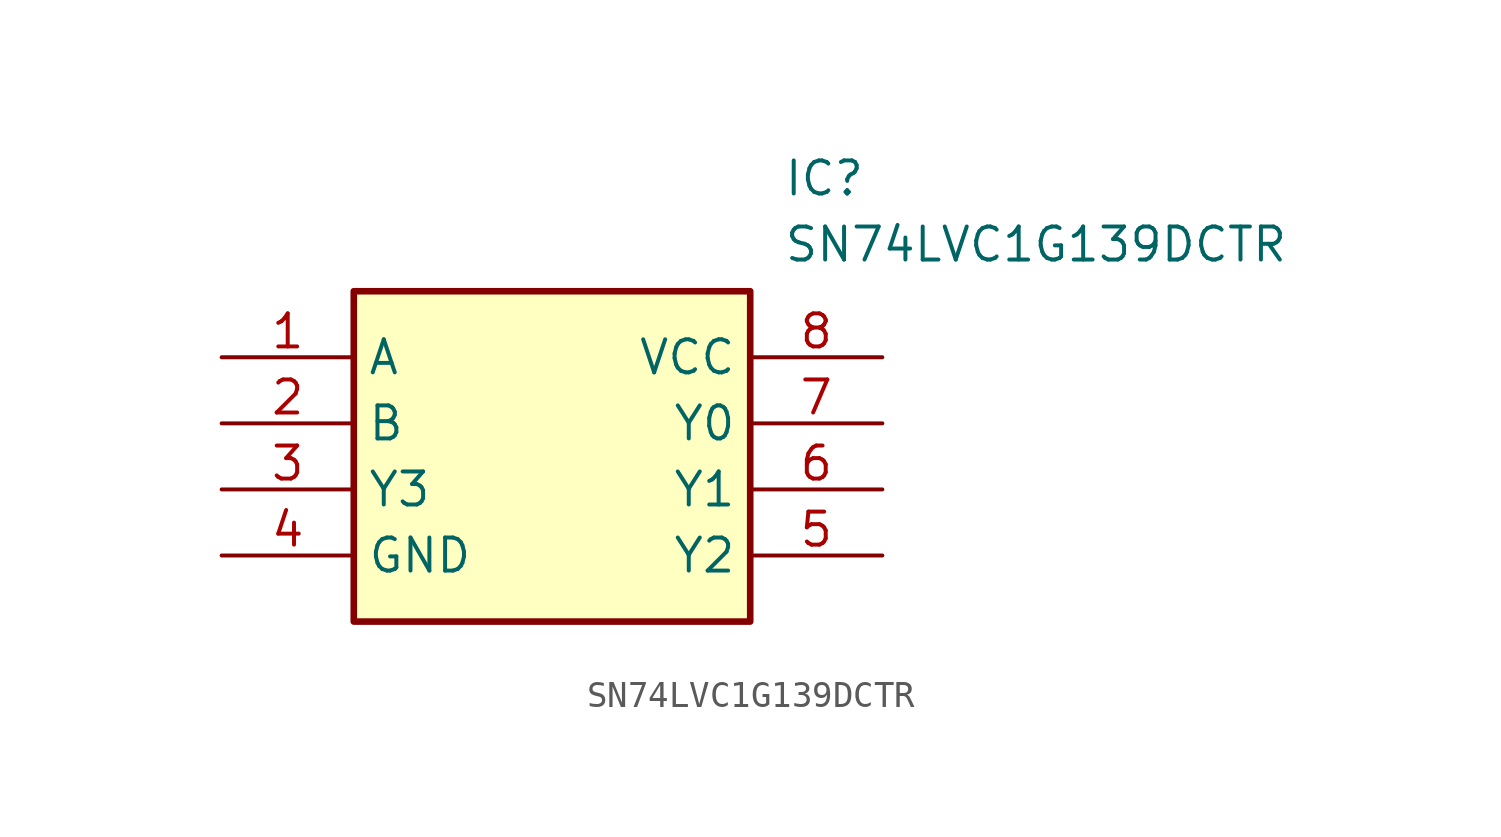
<source format=kicad_sym>
(kicad_symbol_lib
  (version 20211014)
  (generator SamacSys_ECAD_Model)
  (symbol "SN74LVC1G139DCTR"
    (property "Reference" "IC"
      (at 21.59 7.62 0)
      (effects (font (size 1.27 1.27)) (justify left top)))
    (property "Value" "SN74LVC1G139DCTR"
      (at 21.59 5.08 0)
      (effects (font (size 1.27 1.27)) (justify left top)))
    (rectangle
      (start 5.08 2.54)
      (end 20.32 -10.16)
      (stroke (width 0.254) (type default))
      (fill (type background)))
    (pin passive line
      (at 0 0 0)
      (length 5.08)
      (name "A" (effects (font (size 1.27 1.27))))
      (number "1" (effects (font (size 1.27 1.27)))))
    (pin passive line
      (at 0 -2.54 0)
      (length 5.08)
      (name "B" (effects (font (size 1.27 1.27))))
      (number "2" (effects (font (size 1.27 1.27)))))
    (pin passive line
      (at 0 -5.08 0)
      (length 5.08)
      (name "Y3" (effects (font (size 1.27 1.27))))
      (number "3" (effects (font (size 1.27 1.27)))))
    (pin passive line
      (at 0 -7.62 0)
      (length 5.08)
      (name "GND" (effects (font (size 1.27 1.27))))
      (number "4" (effects (font (size 1.27 1.27)))))
    (pin passive line
      (at 25.4 0 180)
      (length 5.08)
      (name "VCC" (effects (font (size 1.27 1.27))))
      (number "8" (effects (font (size 1.27 1.27)))))
    (pin passive line
      (at 25.4 -2.54 180)
      (length 5.08)
      (name "Y0" (effects (font (size 1.27 1.27))))
      (number "7" (effects (font (size 1.27 1.27)))))
    (pin passive line
      (at 25.4 -5.08 180)
      (length 5.08)
      (name "Y1" (effects (font (size 1.27 1.27))))
      (number "6" (effects (font (size 1.27 1.27)))))
    (pin passive line
      (at 25.4 -7.62 180)
      (length 5.08)
      (name "Y2" (effects (font (size 1.27 1.27))))
      (number "5" (effects (font (size 1.27 1.27)))))))
</source>
